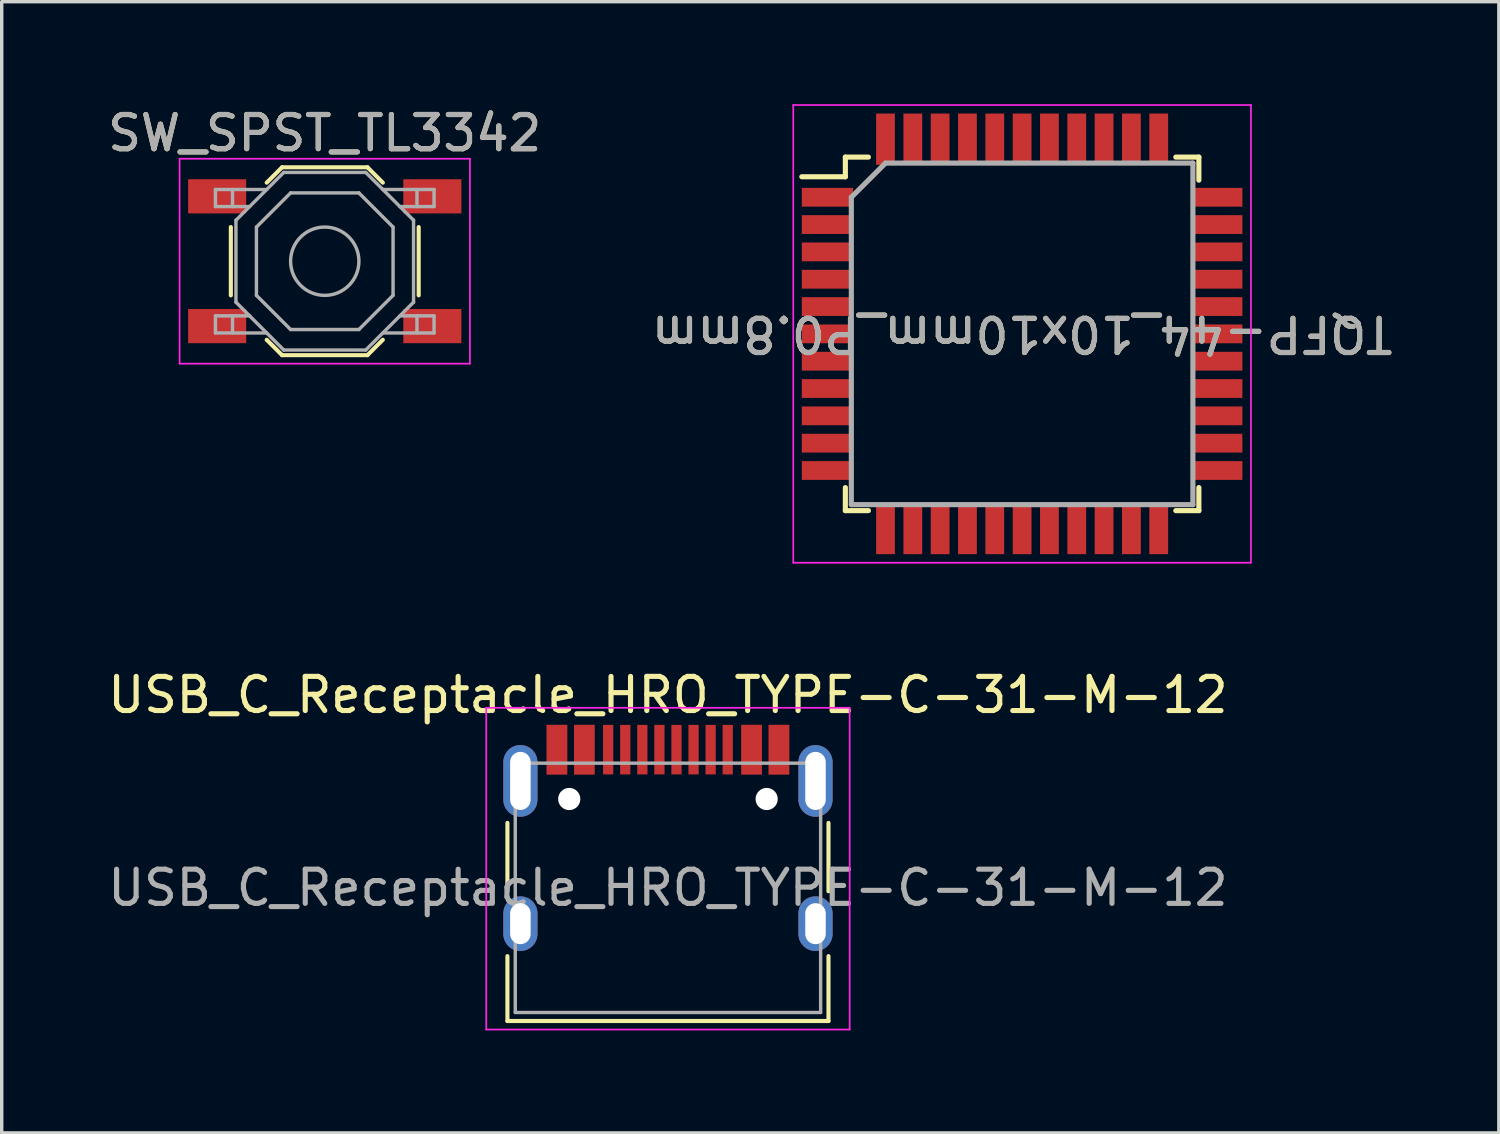
<source format=kicad_pcb>
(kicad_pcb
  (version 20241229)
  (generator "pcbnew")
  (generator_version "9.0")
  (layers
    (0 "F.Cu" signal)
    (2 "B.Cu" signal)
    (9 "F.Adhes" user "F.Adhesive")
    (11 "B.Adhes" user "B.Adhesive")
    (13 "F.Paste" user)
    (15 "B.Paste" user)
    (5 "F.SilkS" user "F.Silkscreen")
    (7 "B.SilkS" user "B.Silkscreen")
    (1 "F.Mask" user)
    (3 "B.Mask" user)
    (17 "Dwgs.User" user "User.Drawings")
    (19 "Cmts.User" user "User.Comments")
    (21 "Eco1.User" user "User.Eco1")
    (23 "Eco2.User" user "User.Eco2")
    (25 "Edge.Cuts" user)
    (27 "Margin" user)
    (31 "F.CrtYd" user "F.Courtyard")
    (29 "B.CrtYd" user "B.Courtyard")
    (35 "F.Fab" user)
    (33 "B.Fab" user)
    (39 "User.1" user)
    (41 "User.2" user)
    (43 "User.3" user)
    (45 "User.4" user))
  (footprint "USB_C_Receptacle_HRO_TYPE-C-31-M-12"
    (layer "F.Cu")
    (at 16.506 22.943)
    (property "Reference" "USB_C_Receptacle_HRO_TYPE-C-31-M-12" (at 0 -5.645 0) (layer "F.SilkS") (effects (font (size 1 1) (thickness 0.15))))
    (attr through_hole)
    (fp_line (start -4.7 -1.9) (end -4.7 0.1) (stroke (width 0.12) (type solid)) (layer "F.SilkS"))
    (fp_line (start -4.7 2) (end -4.7 3.9) (stroke (width 0.12) (type solid)) (layer "F.SilkS"))
    (fp_line (start -4.7 3.9) (end 4.7 3.9) (stroke (width 0.12) (type solid)) (layer "F.SilkS"))
    (fp_line (start 4.7 -1.9) (end 4.7 0.1) (stroke (width 0.12) (type solid)) (layer "F.SilkS"))
    (fp_line (start 4.7 2) (end 4.7 3.9) (stroke (width 0.12) (type solid)) (layer "F.SilkS"))
    (fp_line (start -5.32 -5.27) (end -5.32 4.15) (stroke (width 0.05) (type solid)) (layer "F.CrtYd"))
    (fp_line (start -5.32 -5.27) (end 5.32 -5.27) (stroke (width 0.05) (type solid)) (layer "F.CrtYd"))
    (fp_line (start -5.32 4.15) (end 5.32 4.15) (stroke (width 0.05) (type solid)) (layer "F.CrtYd"))
    (fp_line (start 5.32 -5.27) (end 5.32 4.15) (stroke (width 0.05) (type solid)) (layer "F.CrtYd"))
    (fp_line (start -4.47 -3.65) (end -4.47 3.65) (stroke (width 0.1) (type solid)) (layer "F.Fab"))
    (fp_line (start -4.47 -3.65) (end 4.47 -3.65) (stroke (width 0.1) (type solid)) (layer "F.Fab"))
    (fp_line (start -4.47 3.65) (end 4.47 3.65) (stroke (width 0.1) (type solid)) (layer "F.Fab"))
    (fp_line (start 4.47 -3.65) (end 4.47 3.65) (stroke (width 0.1) (type solid)) (layer "F.Fab"))
    (fp_text user "${REFERENCE}" (at 0 0 0) (layer "F.Fab") (effects (font (size 1 1) (thickness 0.15))))
    (pad "" np_thru_hole circle (at -2.89 -2.6 180) (size 0.65 0.65) (drill 0.65) (layers "*.Cu" "*.Mask"))
    (pad "" np_thru_hole circle (at 2.89 -2.6 180) (size 0.65 0.65) (drill 0.65) (layers "*.Cu" "*.Mask"))
    (pad "A1" smd rect (at -3.25 -4.045 180) (size 0.6 1.45) (layers "F.Cu" "F.Mask" "F.Paste"))
    (pad "A4" smd rect (at -2.45 -4.045 180) (size 0.6 1.45) (layers "F.Cu" "F.Mask" "F.Paste"))
    (pad "A5" smd rect (at -1.25 -4.045 180) (size 0.3 1.45) (layers "F.Cu" "F.Mask" "F.Paste"))
    (pad "A6" smd rect (at -0.25 -4.045 180) (size 0.3 1.45) (layers "F.Cu" "F.Mask" "F.Paste"))
    (pad "A7" smd rect (at 0.25 -4.045 180) (size 0.3 1.45) (layers "F.Cu" "F.Mask" "F.Paste"))
    (pad "A8" smd rect (at 1.25 -4.045 180) (size 0.3 1.45) (layers "F.Cu" "F.Mask" "F.Paste"))
    (pad "A9" smd rect (at 2.45 -4.045 180) (size 0.6 1.45) (layers "F.Cu" "F.Mask" "F.Paste"))
    (pad "A12" smd rect (at 3.25 -4.045 180) (size 0.6 1.45) (layers "F.Cu" "F.Mask" "F.Paste"))
    (pad "B1" smd rect (at 3.25 -4.045 180) (size 0.6 1.45) (layers "F.Cu" "F.Mask" "F.Paste"))
    (pad "B4" smd rect (at 2.45 -4.045 180) (size 0.6 1.45) (layers "F.Cu" "F.Mask" "F.Paste"))
    (pad "B5" smd rect (at 1.75 -4.045 180) (size 0.3 1.45) (layers "F.Cu" "F.Mask" "F.Paste"))
    (pad "B6" smd rect (at 0.75 -4.045 180) (size 0.3 1.45) (layers "F.Cu" "F.Mask" "F.Paste"))
    (pad "B7" smd rect (at -0.75 -4.045 180) (size 0.3 1.45) (layers "F.Cu" "F.Mask" "F.Paste"))
    (pad "B8" smd rect (at -1.75 -4.045 180) (size 0.3 1.45) (layers "F.Cu" "F.Mask" "F.Paste"))
    (pad "B9" smd rect (at -2.45 -4.045 180) (size 0.6 1.45) (layers "F.Cu" "F.Mask" "F.Paste"))
    (pad "B12" smd rect (at -3.25 -4.045 180) (size 0.6 1.45) (layers "F.Cu" "F.Mask" "F.Paste"))
    (pad "S1" thru_hole oval (at -4.32 -3.13 180) (size 1 2.1) (drill oval 0.6 1.7) (layers "*.Cu" "*.Mask"))
    (pad "S1" thru_hole oval (at -4.32 1.05 180) (size 1 1.6) (drill oval 0.6 1.2) (layers "*.Cu" "*.Mask"))
    (pad "S1" thru_hole oval (at 4.32 -3.13 180) (size 1 2.1) (drill oval 0.6 1.7) (layers "*.Cu" "*.Mask"))
    (pad "S1" thru_hole oval (at 4.32 1.05 180) (size 1 1.6) (drill oval 0.6 1.2) (layers "*.Cu" "*.Mask")))
  (footprint "TQFP-44_10x10mm_P0.8mm"
    (layer "F.Cu")
    (at 26.875 6.725)
    (property "Reference" "TQFP-44_10x10mm_P0.8mm" (at 0 0 180) (unlocked yes) (layer "F.SilkS") (effects (font (size 1 1) (thickness 0.15))))
    (attr smd)
    (fp_line (start -5.175 -5.175) (end -5.175 -4.6) (stroke (width 0.15) (type solid)) (layer "F.SilkS"))
    (fp_line (start -5.175 -5.175) (end -4.5 -5.175) (stroke (width 0.15) (type solid)) (layer "F.SilkS"))
    (fp_line (start -5.175 -4.6) (end -6.45 -4.6) (stroke (width 0.15) (type solid)) (layer "F.SilkS"))
    (fp_line (start -5.175 5.175) (end -5.175 4.5) (stroke (width 0.15) (type solid)) (layer "F.SilkS"))
    (fp_line (start -5.175 5.175) (end -4.5 5.175) (stroke (width 0.15) (type solid)) (layer "F.SilkS"))
    (fp_line (start 5.175 -5.175) (end 4.5 -5.175) (stroke (width 0.15) (type solid)) (layer "F.SilkS"))
    (fp_line (start 5.175 -5.175) (end 5.175 -4.5) (stroke (width 0.15) (type solid)) (layer "F.SilkS"))
    (fp_line (start 5.175 5.175) (end 4.5 5.175) (stroke (width 0.15) (type solid)) (layer "F.SilkS"))
    (fp_line (start 5.175 5.175) (end 5.175 4.5) (stroke (width 0.15) (type solid)) (layer "F.SilkS"))
    (fp_line (start -6.7 -6.7) (end -6.7 6.7) (stroke (width 0.05) (type solid)) (layer "F.CrtYd"))
    (fp_line (start -6.7 -6.7) (end 6.7 -6.7) (stroke (width 0.05) (type solid)) (layer "F.CrtYd"))
    (fp_line (start -6.7 6.7) (end 6.7 6.7) (stroke (width 0.05) (type solid)) (layer "F.CrtYd"))
    (fp_line (start 6.7 -6.7) (end 6.7 6.7) (stroke (width 0.05) (type solid)) (layer "F.CrtYd"))
    (fp_line (start -5 -4) (end -4 -5) (stroke (width 0.15) (type solid)) (layer "F.Fab"))
    (fp_line (start -5 5) (end -5 -4) (stroke (width 0.15) (type solid)) (layer "F.Fab"))
    (fp_line (start -4 -5) (end 5 -5) (stroke (width 0.15) (type solid)) (layer "F.Fab"))
    (fp_line (start 5 -5) (end 5 5) (stroke (width 0.15) (type solid)) (layer "F.Fab"))
    (fp_line (start 5 5) (end -5 5) (stroke (width 0.15) (type solid)) (layer "F.Fab"))
    (fp_text user "${REFERENCE}" (at 0 0 180) (unlocked yes) (layer "F.Fab") (effects (font (size 1 1) (thickness 0.15))))
    (pad "1" smd rect (at -5.7 -4 180) (size 1.5 0.55) (layers "F.Cu" "F.Mask" "F.Paste"))
    (pad "2" smd rect (at -5.7 -3.2 180) (size 1.5 0.55) (layers "F.Cu" "F.Mask" "F.Paste"))
    (pad "3" smd rect (at -5.7 -2.4 180) (size 1.5 0.55) (layers "F.Cu" "F.Mask" "F.Paste"))
    (pad "4" smd rect (at -5.7 -1.6 180) (size 1.5 0.55) (layers "F.Cu" "F.Mask" "F.Paste"))
    (pad "5" smd rect (at -5.7 -0.8 180) (size 1.5 0.55) (layers "F.Cu" "F.Mask" "F.Paste"))
    (pad "6" smd rect (at -5.7 0 180) (size 1.5 0.55) (layers "F.Cu" "F.Mask" "F.Paste"))
    (pad "7" smd rect (at -5.7 0.8 180) (size 1.5 0.55) (layers "F.Cu" "F.Mask" "F.Paste"))
    (pad "8" smd rect (at -5.7 1.6 180) (size 1.5 0.55) (layers "F.Cu" "F.Mask" "F.Paste"))
    (pad "9" smd rect (at -5.7 2.4 180) (size 1.5 0.55) (layers "F.Cu" "F.Mask" "F.Paste"))
    (pad "10" smd rect (at -5.7 3.2 180) (size 1.5 0.55) (layers "F.Cu" "F.Mask" "F.Paste"))
    (pad "11" smd rect (at -5.7 4 180) (size 1.5 0.55) (layers "F.Cu" "F.Mask" "F.Paste"))
    (pad "12" smd rect (at -4 5.7 270) (size 1.5 0.55) (layers "F.Cu" "F.Mask" "F.Paste"))
    (pad "13" smd rect (at -3.2 5.7 270) (size 1.5 0.55) (layers "F.Cu" "F.Mask" "F.Paste"))
    (pad "14" smd rect (at -2.4 5.7 270) (size 1.5 0.55) (layers "F.Cu" "F.Mask" "F.Paste"))
    (pad "15" smd rect (at -1.6 5.7 270) (size 1.5 0.55) (layers "F.Cu" "F.Mask" "F.Paste"))
    (pad "16" smd rect (at -0.8 5.7 270) (size 1.5 0.55) (layers "F.Cu" "F.Mask" "F.Paste"))
    (pad "17" smd rect (at 0 5.7 270) (size 1.5 0.55) (layers "F.Cu" "F.Mask" "F.Paste"))
    (pad "18" smd rect (at 0.8 5.7 270) (size 1.5 0.55) (layers "F.Cu" "F.Mask" "F.Paste"))
    (pad "19" smd rect (at 1.6 5.7 270) (size 1.5 0.55) (layers "F.Cu" "F.Mask" "F.Paste"))
    (pad "20" smd rect (at 2.4 5.7 270) (size 1.5 0.55) (layers "F.Cu" "F.Mask" "F.Paste"))
    (pad "21" smd rect (at 3.2 5.7 270) (size 1.5 0.55) (layers "F.Cu" "F.Mask" "F.Paste"))
    (pad "22" smd rect (at 4 5.7 270) (size 1.5 0.55) (layers "F.Cu" "F.Mask" "F.Paste"))
    (pad "23" smd rect (at 5.7 4 180) (size 1.5 0.55) (layers "F.Cu" "F.Mask" "F.Paste"))
    (pad "24" smd rect (at 5.7 3.2 180) (size 1.5 0.55) (layers "F.Cu" "F.Mask" "F.Paste"))
    (pad "25" smd rect (at 5.7 2.4 180) (size 1.5 0.55) (layers "F.Cu" "F.Mask" "F.Paste"))
    (pad "26" smd rect (at 5.7 1.6 180) (size 1.5 0.55) (layers "F.Cu" "F.Mask" "F.Paste"))
    (pad "27" smd rect (at 5.7 0.8 180) (size 1.5 0.55) (layers "F.Cu" "F.Mask" "F.Paste"))
    (pad "28" smd rect (at 5.7 0 180) (size 1.5 0.55) (layers "F.Cu" "F.Mask" "F.Paste"))
    (pad "29" smd rect (at 5.7 -0.8 180) (size 1.5 0.55) (layers "F.Cu" "F.Mask" "F.Paste"))
    (pad "30" smd rect (at 5.7 -1.6 180) (size 1.5 0.55) (layers "F.Cu" "F.Mask" "F.Paste"))
    (pad "31" smd rect (at 5.7 -2.4 180) (size 1.5 0.55) (layers "F.Cu" "F.Mask" "F.Paste"))
    (pad "32" smd rect (at 5.7 -3.2 180) (size 1.5 0.55) (layers "F.Cu" "F.Mask" "F.Paste"))
    (pad "33" smd rect (at 5.7 -4 180) (size 1.5 0.55) (layers "F.Cu" "F.Mask" "F.Paste"))
    (pad "34" smd rect (at 4 -5.7 270) (size 1.5 0.55) (layers "F.Cu" "F.Mask" "F.Paste"))
    (pad "35" smd rect (at 3.2 -5.7 270) (size 1.5 0.55) (layers "F.Cu" "F.Mask" "F.Paste"))
    (pad "36" smd rect (at 2.4 -5.7 270) (size 1.5 0.55) (layers "F.Cu" "F.Mask" "F.Paste"))
    (pad "37" smd rect (at 1.6 -5.7 270) (size 1.5 0.55) (layers "F.Cu" "F.Mask" "F.Paste"))
    (pad "38" smd rect (at 0.8 -5.7 270) (size 1.5 0.55) (layers "F.Cu" "F.Mask" "F.Paste"))
    (pad "39" smd rect (at 0 -5.7 270) (size 1.5 0.55) (layers "F.Cu" "F.Mask" "F.Paste"))
    (pad "40" smd rect (at -0.8 -5.7 270) (size 1.5 0.55) (layers "F.Cu" "F.Mask" "F.Paste"))
    (pad "41" smd rect (at -1.6 -5.7 270) (size 1.5 0.55) (layers "F.Cu" "F.Mask" "F.Paste"))
    (pad "42" smd rect (at -2.4 -5.7 270) (size 1.5 0.55) (layers "F.Cu" "F.Mask" "F.Paste"))
    (pad "43" smd rect (at -3.2 -5.7 270) (size 1.5 0.55) (layers "F.Cu" "F.Mask" "F.Paste"))
    (pad "44" smd rect (at -4 -5.7 270) (size 1.5 0.55) (layers "F.Cu" "F.Mask" "F.Paste")))
  (footprint "SW_SPST_TL3342"
    (layer "F.Cu")
    (at 6.458 4.598)
    (property "Reference" "SW_SPST_TL3342" (at 0 -3.75 0) (layer "F.SilkS") (effects (font (size 1 1) (thickness 0.15))))
    (attr smd)
    (fp_line (start -2.75 -1) (end -2.75 1) (stroke (width 0.12) (type solid)) (layer "F.SilkS"))
    (fp_line (start -1.7 -2.3) (end -1.25 -2.75) (stroke (width 0.12) (type solid)) (layer "F.SilkS"))
    (fp_line (start -1.7 2.3) (end -1.25 2.75) (stroke (width 0.12) (type solid)) (layer "F.SilkS"))
    (fp_line (start -1.25 -2.75) (end 1.25 -2.75) (stroke (width 0.12) (type solid)) (layer "F.SilkS"))
    (fp_line (start -1.25 2.75) (end 1.25 2.75) (stroke (width 0.12) (type solid)) (layer "F.SilkS"))
    (fp_line (start 1.7 -2.3) (end 1.25 -2.75) (stroke (width 0.12) (type solid)) (layer "F.SilkS"))
    (fp_line (start 1.7 2.3) (end 1.25 2.75) (stroke (width 0.12) (type solid)) (layer "F.SilkS"))
    (fp_line (start 2.75 -1) (end 2.75 1) (stroke (width 0.12) (type solid)) (layer "F.SilkS"))
    (fp_line (start -4.25 -3) (end 4.25 -3) (stroke (width 0.05) (type solid)) (layer "F.CrtYd"))
    (fp_line (start -4.25 3) (end -4.25 -3) (stroke (width 0.05) (type solid)) (layer "F.CrtYd"))
    (fp_line (start 4.25 -3) (end 4.25 3) (stroke (width 0.05) (type solid)) (layer "F.CrtYd"))
    (fp_line (start 4.25 3) (end -4.25 3) (stroke (width 0.05) (type solid)) (layer "F.CrtYd"))
    (fp_line (start -3.2 -2.1) (end -3.2 -1.6) (stroke (width 0.1) (type solid)) (layer "F.Fab"))
    (fp_line (start -3.2 -1.6) (end -2.2 -1.6) (stroke (width 0.1) (type solid)) (layer "F.Fab"))
    (fp_line (start -3.2 1.6) (end -2.2 1.6) (stroke (width 0.1) (type solid)) (layer "F.Fab"))
    (fp_line (start -3.2 2.1) (end -3.2 1.6) (stroke (width 0.1) (type solid)) (layer "F.Fab"))
    (fp_line (start -2.7 -2.1) (end -2.7 -1.6) (stroke (width 0.1) (type solid)) (layer "F.Fab"))
    (fp_line (start -2.7 2.1) (end -2.7 1.6) (stroke (width 0.1) (type solid)) (layer "F.Fab"))
    (fp_line (start -2.6 -1.2) (end -2.6 1.2) (stroke (width 0.1) (type solid)) (layer "F.Fab"))
    (fp_line (start -2.6 1.2) (end -1.2 2.6) (stroke (width 0.1) (type solid)) (layer "F.Fab"))
    (fp_line (start -2 -1) (end -1 -2) (stroke (width 0.1) (type solid)) (layer "F.Fab"))
    (fp_line (start -2 1) (end -2 -1) (stroke (width 0.1) (type solid)) (layer "F.Fab"))
    (fp_line (start -1.7 -2.1) (end -3.2 -2.1) (stroke (width 0.1) (type solid)) (layer "F.Fab"))
    (fp_line (start -1.7 2.1) (end -3.2 2.1) (stroke (width 0.1) (type solid)) (layer "F.Fab"))
    (fp_line (start -1.2 -2.6) (end -2.6 -1.2) (stroke (width 0.1) (type solid)) (layer "F.Fab"))
    (fp_line (start -1.2 2.6) (end 1.2 2.6) (stroke (width 0.1) (type solid)) (layer "F.Fab"))
    (fp_line (start -1 -2) (end 1 -2) (stroke (width 0.1) (type solid)) (layer "F.Fab"))
    (fp_line (start -1 2) (end -2 1) (stroke (width 0.1) (type solid)) (layer "F.Fab"))
    (fp_line (start 1 -2) (end 2 -1) (stroke (width 0.1) (type solid)) (layer "F.Fab"))
    (fp_line (start 1 2) (end -1 2) (stroke (width 0.1) (type solid)) (layer "F.Fab"))
    (fp_line (start 1.2 -2.6) (end -1.2 -2.6) (stroke (width 0.1) (type solid)) (layer "F.Fab"))
    (fp_line (start 1.2 2.6) (end 2.6 1.2) (stroke (width 0.1) (type solid)) (layer "F.Fab"))
    (fp_line (start 1.7 -2.1) (end 3.2 -2.1) (stroke (width 0.1) (type solid)) (layer "F.Fab"))
    (fp_line (start 1.7 2.1) (end 3.2 2.1) (stroke (width 0.1) (type solid)) (layer "F.Fab"))
    (fp_line (start 2 -1) (end 2 1) (stroke (width 0.1) (type solid)) (layer "F.Fab"))
    (fp_line (start 2 1) (end 1 2) (stroke (width 0.1) (type solid)) (layer "F.Fab"))
    (fp_line (start 2.6 -1.2) (end 1.2 -2.6) (stroke (width 0.1) (type solid)) (layer "F.Fab"))
    (fp_line (start 2.6 1.2) (end 2.6 -1.2) (stroke (width 0.1) (type solid)) (layer "F.Fab"))
    (fp_line (start 2.7 -2.1) (end 2.7 -1.6) (stroke (width 0.1) (type solid)) (layer "F.Fab"))
    (fp_line (start 2.7 2.1) (end 2.7 1.6) (stroke (width 0.1) (type solid)) (layer "F.Fab"))
    (fp_line (start 3.2 -2.1) (end 3.2 -1.6) (stroke (width 0.1) (type solid)) (layer "F.Fab"))
    (fp_line (start 3.2 -1.6) (end 2.2 -1.6) (stroke (width 0.1) (type solid)) (layer "F.Fab"))
    (fp_line (start 3.2 1.6) (end 2.2 1.6) (stroke (width 0.1) (type solid)) (layer "F.Fab"))
    (fp_line (start 3.2 2.1) (end 3.2 1.6) (stroke (width 0.1) (type solid)) (layer "F.Fab"))
    (fp_circle (center 0 0) (end 1 0) (stroke (width 0.1) (type solid)) (fill no) (layer "F.Fab"))
    (fp_text user "${REFERENCE}" (at 0 -3.75 0) (layer "F.Fab") (effects (font (size 1 1) (thickness 0.15))))
    (pad "1" smd rect (at -3.15 -1.9 180) (size 1.7 1) (layers "F.Cu" "F.Mask" "F.Paste"))
    (pad "1" smd rect (at 3.15 -1.9 180) (size 1.7 1) (layers "F.Cu" "F.Mask" "F.Paste"))
    (pad "2" smd rect (at -3.15 1.9 180) (size 1.7 1) (layers "F.Cu" "F.Mask" "F.Paste"))
    (pad "2" smd rect (at 3.15 1.9 180) (size 1.7 1) (layers "F.Cu" "F.Mask" "F.Paste")))
  (gr_rect
    (start -3 -3)
    (end 40.833 30.118)
    (stroke (width 0.1) (type default))
    (fill no)
    (layer "Edge.Cuts")))
</source>
